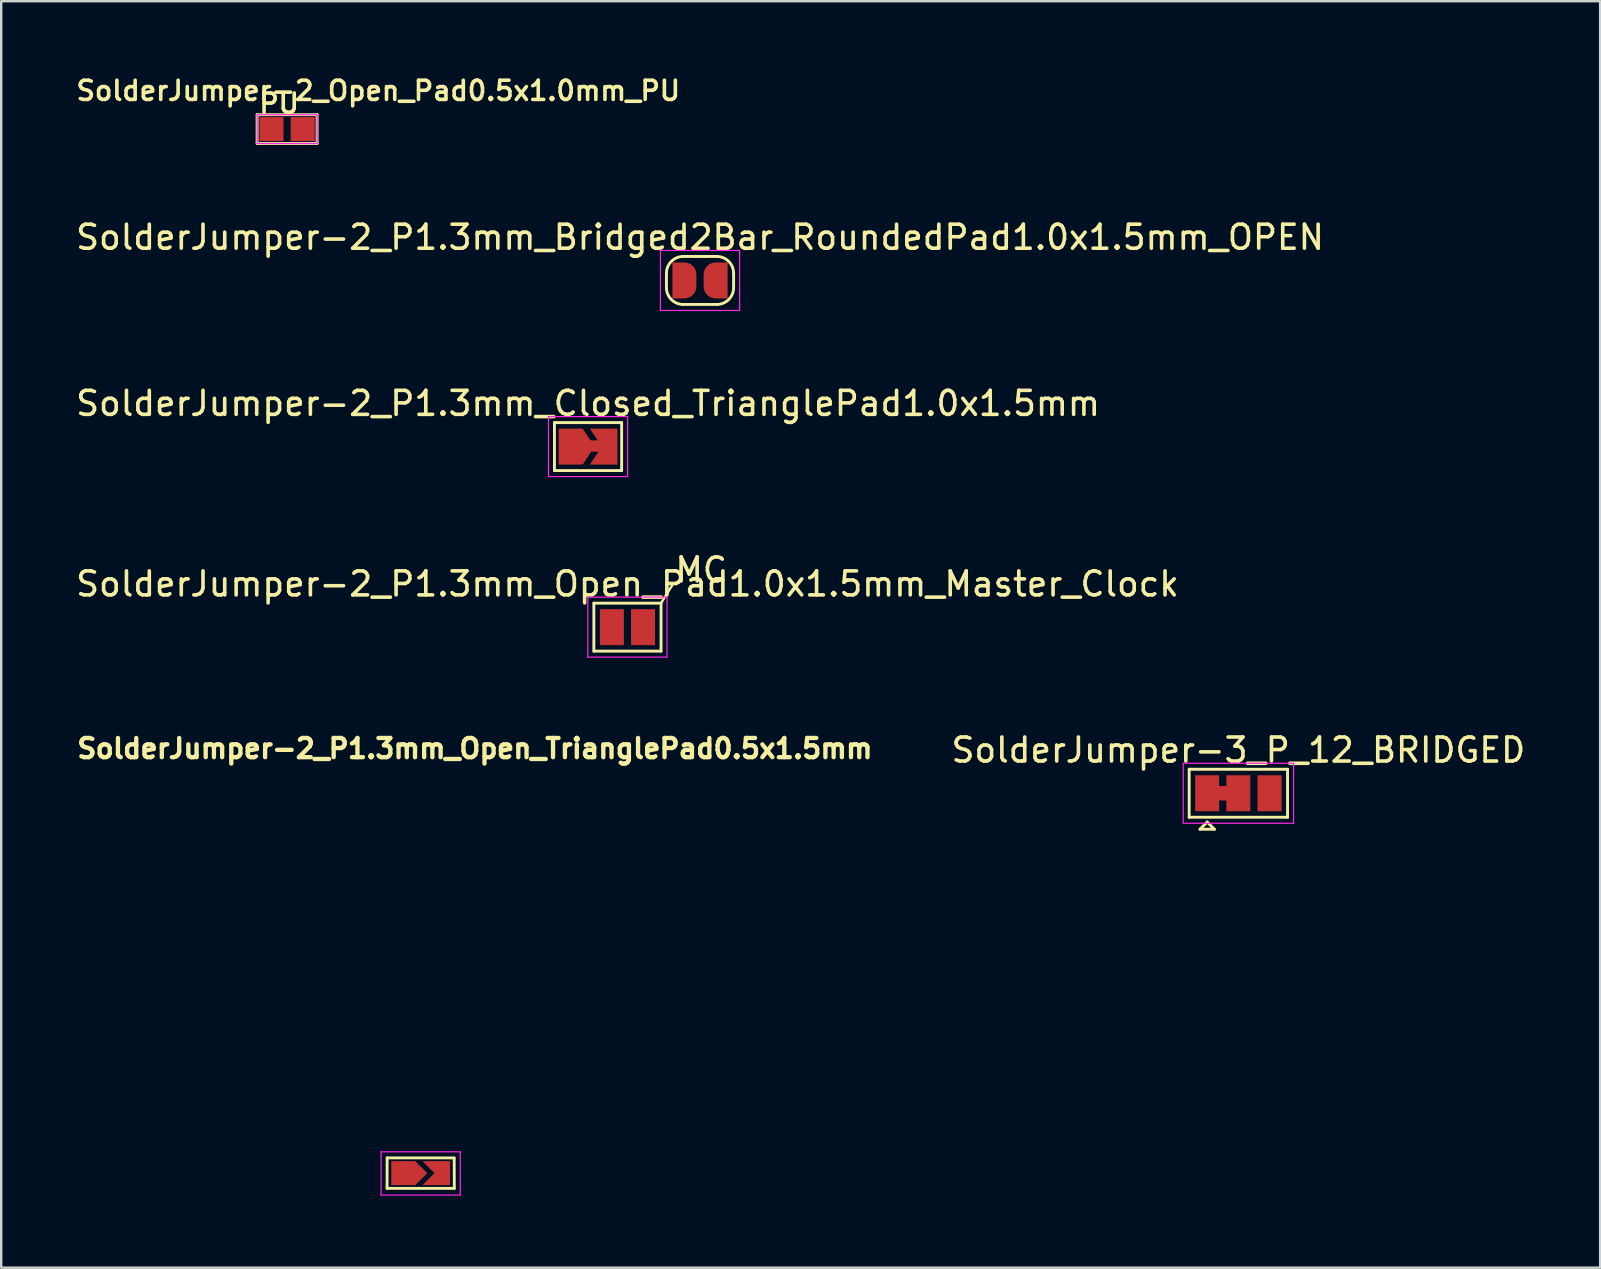
<source format=kicad_pcb>
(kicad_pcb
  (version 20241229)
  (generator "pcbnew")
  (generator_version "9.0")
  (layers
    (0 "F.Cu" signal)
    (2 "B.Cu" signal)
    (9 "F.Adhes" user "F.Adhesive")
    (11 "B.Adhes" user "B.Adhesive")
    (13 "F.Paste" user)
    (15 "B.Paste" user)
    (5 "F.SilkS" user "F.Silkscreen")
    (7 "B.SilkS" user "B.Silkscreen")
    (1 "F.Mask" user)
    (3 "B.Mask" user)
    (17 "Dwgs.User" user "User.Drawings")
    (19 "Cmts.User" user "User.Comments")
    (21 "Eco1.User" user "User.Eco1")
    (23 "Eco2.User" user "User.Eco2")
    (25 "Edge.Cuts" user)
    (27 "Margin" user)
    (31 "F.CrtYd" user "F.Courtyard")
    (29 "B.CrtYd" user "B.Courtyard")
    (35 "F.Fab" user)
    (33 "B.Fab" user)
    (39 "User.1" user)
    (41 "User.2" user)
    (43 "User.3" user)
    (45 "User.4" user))
  (footprint "SolderJumper-2_P1.3mm_Open_TrianglePad0.5x1.5mm"
    (layer "F.Cu")
    (at 14.482 45.843)
    (property "Reference" "SolderJumper-2_P1.3mm_Open_TrianglePad0.5x1.5mm" (at 2.26 -17.697 0) (layer "F.SilkS") (effects (font (size 0.8 0.8) (thickness 0.18))))
    (attr exclude_from_pos_files exclude_from_bom)
    (fp_line (start -1.4 0.635) (end -1.397 -0.635) (stroke (width 0.12) (type solid)) (layer "F.SilkS"))
    (fp_line (start -1.397 -0.635) (end 1.403 -0.635) (stroke (width 0.12) (type solid)) (layer "F.SilkS"))
    (fp_line (start 1.397 -0.61) (end 1.403 0.635) (stroke (width 0.12) (type solid)) (layer "F.SilkS"))
    (fp_line (start 1.403 0.635) (end -1.397 0.635) (stroke (width 0.12) (type solid)) (layer "F.SilkS"))
    (fp_line (start -1.65 -0.889) (end -1.65 0.914) (stroke (width 0.05) (type solid)) (layer "F.CrtYd"))
    (fp_line (start -1.65 -0.889) (end 1.65 -0.889) (stroke (width 0.05) (type solid)) (layer "F.CrtYd"))
    (fp_line (start 1.65 0.914) (end -1.65 0.914) (stroke (width 0.05) (type solid)) (layer "F.CrtYd"))
    (fp_line (start 1.65 0.914) (end 1.65 -0.889) (stroke (width 0.05) (type solid)) (layer "F.CrtYd"))
    (pad "1" smd custom (at -0.725 0) (size 0.3 0.3) (layers "F.Cu" "F.Mask") (options (anchor rect)) (primitives (gr_poly (pts (xy -0.5 -0.5) (xy 0.5 -0.5) (xy 1 0) (xy 0.5 0.5) (xy -0.5 0.5)) (width 0) (fill yes))))
    (pad "2" smd custom (at 0.725 0) (size 0.3 0.3) (layers "F.Cu" "F.Mask") (options (anchor rect)) (primitives (gr_poly (pts (xy -0.65 -0.5) (xy 0.5 -0.5) (xy 0.5 0.5) (xy -0.65 0.5) (xy -0.15 0)) (width 0) (fill yes)))))
  (footprint "SolderJumper-2_P1.3mm_Bridged2Bar_RoundedPad1.0x1.5mm_OPEN"
    (layer "F.Cu")
    (at 26.125 8.639)
    (property "Reference" "SolderJumper-2_P1.3mm_Bridged2Bar_RoundedPad1.0x1.5mm_OPEN" (at 0 -1.8 0) (layer "F.SilkS") (effects (font (size 1 1) (thickness 0.15))))
    (attr exclude_from_pos_files)
    (fp_line (start -1.4 0.3) (end -1.4 -0.3) (stroke (width 0.12) (type solid)) (layer "F.SilkS"))
    (fp_line (start -0.7 -1) (end 0.7 -1) (stroke (width 0.12) (type solid)) (layer "F.SilkS"))
    (fp_line (start 0.7 1) (end -0.7 1) (stroke (width 0.12) (type solid)) (layer "F.SilkS"))
    (fp_line (start 1.4 -0.3) (end 1.4 0.3) (stroke (width 0.12) (type solid)) (layer "F.SilkS"))
    (fp_arc (start -1.4 -0.3) (mid -1.194975 -0.794975) (end -0.7 -1) (stroke (width 0.12) (type solid)) (layer "F.SilkS"))
    (fp_arc (start -0.7 1) (mid -1.194975 0.794975) (end -1.4 0.3) (stroke (width 0.12) (type solid)) (layer "F.SilkS"))
    (fp_arc (start 0.7 -1) (mid 1.194975 -0.794975) (end 1.4 -0.3) (stroke (width 0.12) (type solid)) (layer "F.SilkS"))
    (fp_arc (start 1.4 0.3) (mid 1.194975 0.794975) (end 0.7 1) (stroke (width 0.12) (type solid)) (layer "F.SilkS"))
    (fp_line (start -1.65 -1.25) (end -1.65 1.25) (stroke (width 0.05) (type solid)) (layer "F.CrtYd"))
    (fp_line (start -1.65 -1.25) (end 1.65 -1.25) (stroke (width 0.05) (type solid)) (layer "F.CrtYd"))
    (fp_line (start 1.65 1.25) (end -1.65 1.25) (stroke (width 0.05) (type solid)) (layer "F.CrtYd"))
    (fp_line (start 1.65 1.25) (end 1.65 -1.25) (stroke (width 0.05) (type solid)) (layer "F.CrtYd"))
    (pad "1" smd custom (at -0.65 0 180) (size 1 0.5) (layers "F.Cu" "F.Mask") (options (anchor rect)) (primitives (gr_circle (center 0 0.25) (end 0.5 0.25) (width 0) (fill yes)) (gr_circle (center 0 -0.25) (end 0.5 -0.25) (width 0) (fill yes)) (gr_poly (pts (xy 0.5 0.75) (xy 0 0.75) (xy 0 -0.75) (xy 0.5 -0.75)) (width 0) (fill yes))))
    (pad "2" smd custom (at 0.65 0 180) (size 1 0.5) (layers "F.Cu" "F.Mask") (options (anchor rect)) (primitives (gr_circle (center 0 0.25) (end 0.5 0.25) (width 0) (fill yes)) (gr_circle (center 0 -0.25) (end 0.5 -0.25) (width 0) (fill yes)) (gr_poly (pts (xy 0 0.75) (xy -0.5 0.75) (xy -0.5 -0.75) (xy 0 -0.75)) (width 0) (fill yes)))))
  (footprint "SolderJumper-2_Open_Pad0.5x1.0mm_PU"
    (layer "F.Cu")
    (at 8.916 2.331)
    (property "Reference" "SolderJumper-2_Open_Pad0.5x1.0mm_PU" (at 3.8 -1.6 180) (layer "F.SilkS") (effects (font (size 0.8 0.8) (thickness 0.15))))
    (property "Label" "PU" (at 0 0 0) (unlocked yes) (layer "F.Fab") (hide yes) (effects (font (size 1 1) (thickness 0.15))))
    (attr exclude_from_pos_files exclude_from_bom dnp)
    (fp_line (start -1.25 -0.6) (end 1.25 -0.6) (stroke (width 0.12) (type solid)) (layer "F.SilkS"))
    (fp_line (start -1.25 0.6) (end -1.25 -0.6) (stroke (width 0.12) (type solid)) (layer "F.SilkS"))
    (fp_line (start 1.25 -0.6) (end 1.25 0.6) (stroke (width 0.12) (type solid)) (layer "F.SilkS"))
    (fp_line (start 1.25 0.6) (end -1.25 0.6) (stroke (width 0.12) (type solid)) (layer "F.SilkS"))
    (fp_line (start -1.25 -0.6) (end -1.25 0.6) (stroke (width 0.05) (type solid)) (layer "F.CrtYd"))
    (fp_line (start -1.25 -0.6) (end 1.25 -0.6) (stroke (width 0.05) (type solid)) (layer "F.CrtYd"))
    (fp_line (start 1.25 0.6) (end -1.25 0.6) (stroke (width 0.05) (type solid)) (layer "F.CrtYd"))
    (fp_line (start 1.25 0.6) (end 1.25 -0.6) (stroke (width 0.05) (type solid)) (layer "F.CrtYd"))
    (fp_text user "${Label}" (at -1.25 -0.6 0) (unlocked yes) (layer "F.SilkS") (effects (font (size 0.8 0.8) (thickness 0.15) (bold yes)) (justify left bottom)))
    (pad "1" smd rect (at -0.65 0 180) (size 1 1) (layers "F.Cu" "F.Mask"))
    (pad "2" smd rect (at 0.65 0 180) (size 1 1) (layers "F.Cu" "F.Mask")))
  (footprint "SolderJumper-2_P1.3mm_Open_Pad1.0x1.5mm_Master_Clock"
    (layer "F.Cu")
    (at 23.101 23.088)
    (property "Reference" "SolderJumper-2_P1.3mm_Open_Pad1.0x1.5mm_Master_Clock" (at 0 -1.8 0) (layer "F.SilkS") (effects (font (size 1 1) (thickness 0.15))))
    (attr exclude_from_pos_files exclude_from_bom dnp allow_soldermask_bridges)
    (fp_rect (start -0.15 -0.75) (end 0.15 0.75) (stroke (width 0) (type default)) (fill yes) (layer "F.Mask"))
    (fp_line (start -1.4 -1) (end 1.4 -1) (stroke (width 0.12) (type solid)) (layer "F.SilkS"))
    (fp_line (start -1.4 1) (end -1.4 -1) (stroke (width 0.12) (type solid)) (layer "F.SilkS"))
    (fp_line (start 1.4 -1) (end 1.4 1) (stroke (width 0.12) (type solid)) (layer "F.SilkS"))
    (fp_line (start 1.4 1) (end -1.4 1) (stroke (width 0.12) (type solid)) (layer "F.SilkS"))
    (fp_line (start 1.9 -1.8) (end 1.4 -1) (stroke (width 0.1) (type default)) (layer "F.SilkS"))
    (fp_line (start -1.65 -1.25) (end -1.65 1.25) (stroke (width 0.05) (type solid)) (layer "F.CrtYd"))
    (fp_line (start -1.65 -1.25) (end 1.65 -1.25) (stroke (width 0.05) (type solid)) (layer "F.CrtYd"))
    (fp_line (start 1.65 1.25) (end -1.65 1.25) (stroke (width 0.05) (type solid)) (layer "F.CrtYd"))
    (fp_line (start 1.65 1.25) (end 1.65 -1.25) (stroke (width 0.05) (type solid)) (layer "F.CrtYd"))
    (fp_text user "MC" (at 1.9 -1.8 0) (unlocked yes) (layer "F.SilkS") (effects (font (size 1 1) (thickness 0.15)) (justify left bottom)))
    (pad "1" smd rect (at -0.65 0 180) (size 1 1.5) (layers "F.Cu" "F.Mask"))
    (pad "2" smd rect (at 0.65 0 180) (size 1 1.5) (layers "F.Cu" "F.Mask")))
  (footprint "SolderJumper-2_P1.3mm_Closed_TrianglePad1.0x1.5mm"
    (layer "F.Cu")
    (at 21.458 15.563)
    (property "Reference" "SolderJumper-2_P1.3mm_Closed_TrianglePad1.0x1.5mm" (at 0 -1.8 0) (layer "F.SilkS") (effects (font (size 1 1) (thickness 0.15))))
    (attr exclude_from_pos_files exclude_from_bom)
    (fp_rect (start -0.15 -0.2) (end 0.825 0.15) (stroke (width 0.12) (type solid)) (fill yes) (layer "F.Cu"))
    (fp_line (start -1.4 -1) (end 1.4 -1) (stroke (width 0.12) (type solid)) (layer "F.SilkS"))
    (fp_line (start -1.4 1) (end -1.4 -1) (stroke (width 0.12) (type solid)) (layer "F.SilkS"))
    (fp_line (start 1.4 -1) (end 1.4 1) (stroke (width 0.12) (type solid)) (layer "F.SilkS"))
    (fp_line (start 1.4 1) (end -1.4 1) (stroke (width 0.12) (type solid)) (layer "F.SilkS"))
    (fp_line (start -1.65 -1.25) (end -1.65 1.25) (stroke (width 0.05) (type solid)) (layer "F.CrtYd"))
    (fp_line (start -1.65 -1.25) (end 1.65 -1.25) (stroke (width 0.05) (type solid)) (layer "F.CrtYd"))
    (fp_line (start 1.65 1.25) (end -1.65 1.25) (stroke (width 0.05) (type solid)) (layer "F.CrtYd"))
    (fp_line (start 1.65 1.25) (end 1.65 -1.25) (stroke (width 0.05) (type solid)) (layer "F.CrtYd"))
    (pad "1" smd custom (at -0.725 0) (size 0.3 0.3) (layers "F.Cu" "F.Mask") (options (anchor rect)) (primitives (gr_poly (pts (xy 1 0) (xy 0.5 0.75) (xy -0.5 0.75) (xy -0.5 -0.75) (xy 0.5 -0.75)) (width 0) (fill yes))))
    (pad "2" smd custom (at 0.725 0) (size 0.3 0.3) (layers "F.Cu" "F.Mask") (options (anchor rect)) (primitives (gr_poly (pts (xy 0.5 0.75) (xy -0.65 0.75) (xy -0.15 0) (xy -0.65 -0.75) (xy 0.5 -0.75)) (width 0) (fill yes)))))
  (footprint "SolderJumper-3_P_12_BRIDGED"
    (layer "F.Cu")
    (at 48.562 30.011)
    (property "Reference" "SolderJumper-3_P_12_BRIDGED" (at 0 -1.8 0) (layer "F.SilkS") (effects (font (size 1 1) (thickness 0.15))))
    (attr exclude_from_pos_files exclude_from_bom)
    (fp_poly (pts (xy -0.9 -0.3) (xy -0.4 -0.3) (xy -0.4 0.3) (xy -0.9 0.3)) (stroke (width 0) (type solid)) (fill yes) (layer "F.Cu"))
    (fp_line (start -2.05 -1) (end 2.05 -1) (stroke (width 0.12) (type solid)) (layer "F.SilkS"))
    (fp_line (start -2.05 1) (end -2.05 -1) (stroke (width 0.12) (type solid)) (layer "F.SilkS"))
    (fp_line (start -1.6 1.5) (end -1 1.5) (stroke (width 0.12) (type solid)) (layer "F.SilkS"))
    (fp_line (start -1.3 1.2) (end -1.6 1.5) (stroke (width 0.12) (type solid)) (layer "F.SilkS"))
    (fp_line (start -1.3 1.2) (end -1 1.5) (stroke (width 0.12) (type solid)) (layer "F.SilkS"))
    (fp_line (start 2.05 -1) (end 2.05 1) (stroke (width 0.12) (type solid)) (layer "F.SilkS"))
    (fp_line (start 2.05 1) (end -2.05 1) (stroke (width 0.12) (type solid)) (layer "F.SilkS"))
    (fp_line (start -2.3 -1.25) (end -2.3 1.25) (stroke (width 0.05) (type solid)) (layer "F.CrtYd"))
    (fp_line (start -2.3 -1.25) (end 2.3 -1.25) (stroke (width 0.05) (type solid)) (layer "F.CrtYd"))
    (fp_line (start 2.3 1.25) (end -2.3 1.25) (stroke (width 0.05) (type solid)) (layer "F.CrtYd"))
    (fp_line (start 2.3 1.25) (end 2.3 -1.25) (stroke (width 0.05) (type solid)) (layer "F.CrtYd"))
    (pad "1" smd rect (at -1.3 0 180) (size 1 1.5) (layers "F.Cu" "F.Mask"))
    (pad "2" smd rect (at 0 0 180) (size 1 1.5) (layers "F.Cu" "F.Mask"))
    (pad "3" smd rect (at 1.3 0 180) (size 1 1.5) (layers "F.Cu" "F.Mask")))
  (gr_rect
    (start -3 -3)
    (end 63.64 49.783)
    (stroke (width 0.1) (type default))
    (fill no)
    (layer "Edge.Cuts")))
</source>
